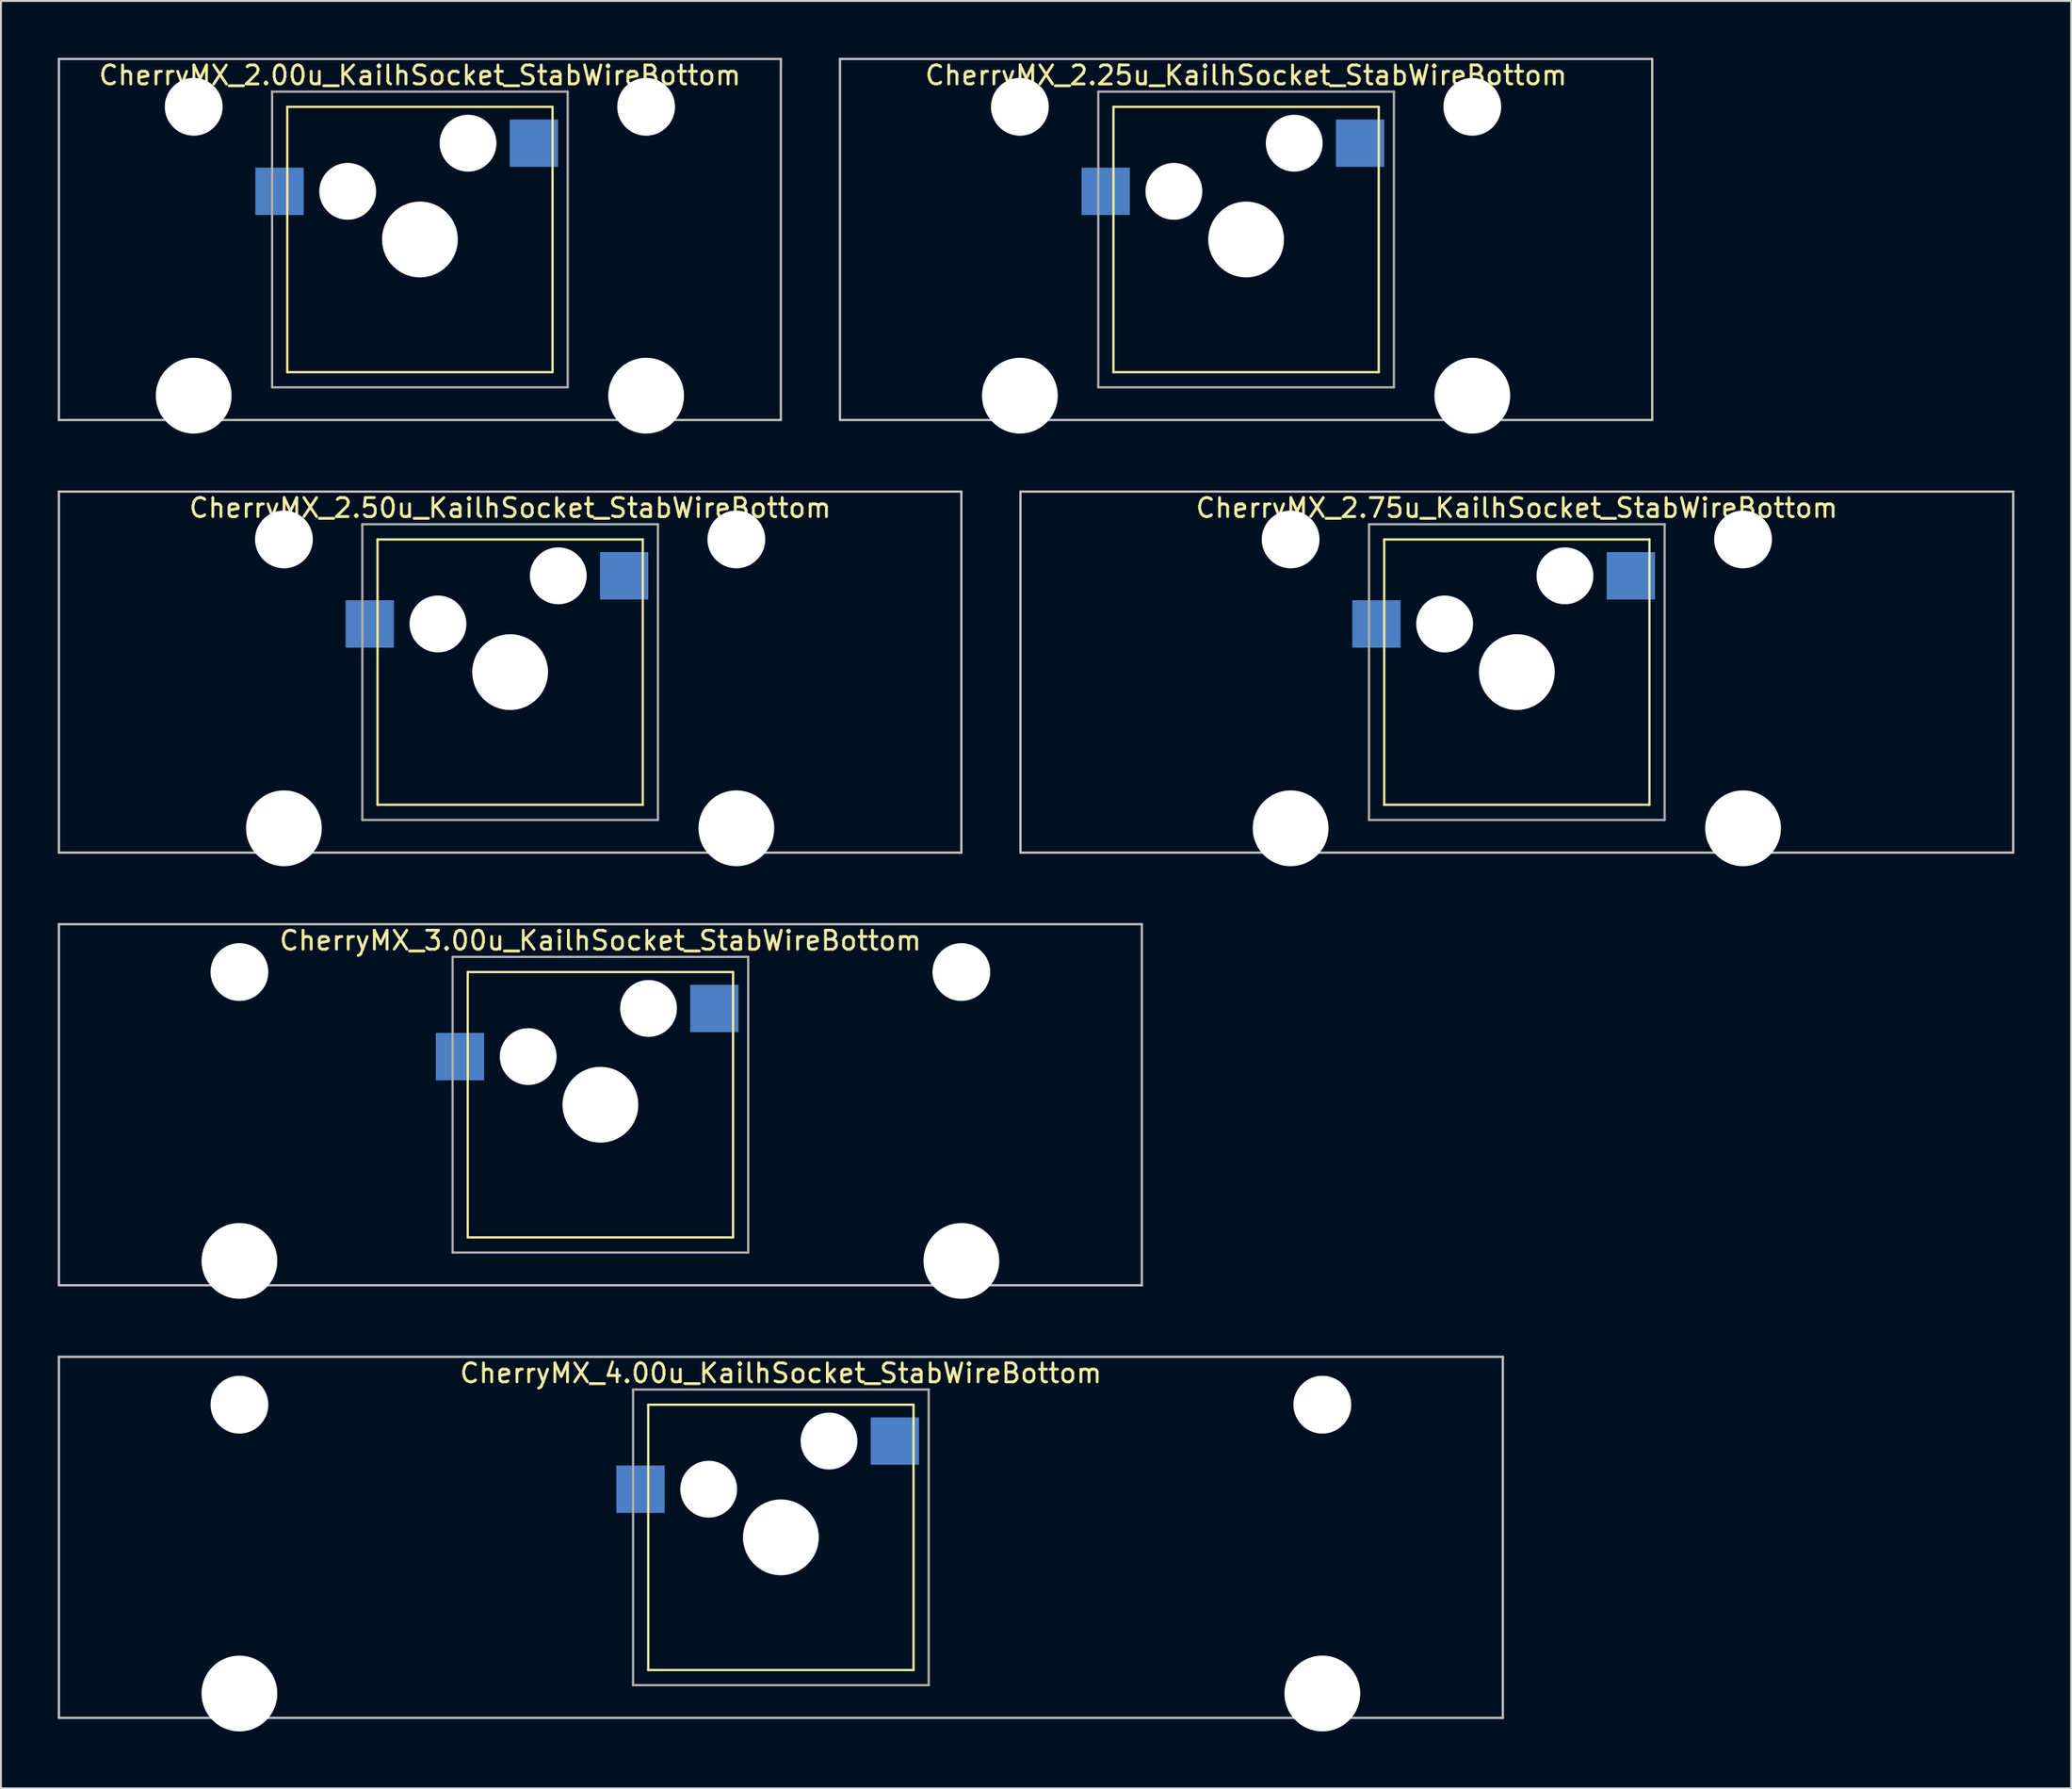
<source format=kicad_pcb>
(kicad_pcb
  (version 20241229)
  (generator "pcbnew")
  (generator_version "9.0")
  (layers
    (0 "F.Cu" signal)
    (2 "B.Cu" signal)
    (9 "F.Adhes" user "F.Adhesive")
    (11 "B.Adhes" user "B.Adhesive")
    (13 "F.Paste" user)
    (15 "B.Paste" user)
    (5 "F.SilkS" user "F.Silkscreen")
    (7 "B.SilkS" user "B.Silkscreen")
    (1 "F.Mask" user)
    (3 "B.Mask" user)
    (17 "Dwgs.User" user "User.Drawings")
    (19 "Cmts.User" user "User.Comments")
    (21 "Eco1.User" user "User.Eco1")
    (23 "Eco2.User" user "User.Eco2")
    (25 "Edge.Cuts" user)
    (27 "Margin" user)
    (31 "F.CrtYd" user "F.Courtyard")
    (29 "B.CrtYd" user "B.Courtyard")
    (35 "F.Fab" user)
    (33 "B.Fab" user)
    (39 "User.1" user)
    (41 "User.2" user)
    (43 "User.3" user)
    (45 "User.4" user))
  (footprint "CherryMX_2.75u_KailhSocket_StabWireBottom"
    (layer "F.Cu")
    (at 76.999 32.41)
    (property "Reference" "CherryMX_2.75u_KailhSocket_StabWireBottom" (at 0 -8.662 0) (layer "F.SilkS") (effects (font (size 1 1) (thickness 0.15))))
    (attr through_hole)
    (fp_line (start -7 -7) (end -7 7) (stroke (width 0.12) (type solid)) (layer "F.SilkS"))
    (fp_line (start -7 -7) (end 7 -7) (stroke (width 0.12) (type solid)) (layer "F.SilkS"))
    (fp_line (start 7 -7) (end 7 7) (stroke (width 0.12) (type solid)) (layer "F.SilkS"))
    (fp_line (start 7 7) (end -7 7) (stroke (width 0.12) (type solid)) (layer "F.SilkS"))
    (fp_line (start -26.194 -9.525) (end 26.194 -9.525) (stroke (width 0.12) (type solid)) (layer "Dwgs.User"))
    (fp_line (start -26.194 9.525) (end -26.194 -9.525) (stroke (width 0.12) (type solid)) (layer "Dwgs.User"))
    (fp_line (start 26.194 -9.525) (end 26.194 9.525) (stroke (width 0.12) (type solid)) (layer "Dwgs.User"))
    (fp_line (start 26.194 9.525) (end -26.194 9.525) (stroke (width 0.12) (type solid)) (layer "Dwgs.User"))
    (fp_line (start -7.8 -7.8) (end -7.8 7.8) (stroke (width 0.12) (type solid)) (layer "F.Fab"))
    (fp_line (start -7.8 -7.8) (end 7.8 -7.8) (stroke (width 0.12) (type solid)) (layer "F.Fab"))
    (fp_line (start -7.8 7.8) (end 7.8 7.8) (stroke (width 0.12) (type solid)) (layer "F.Fab"))
    (fp_line (start 7.8 -7.8) (end 7.8 7.8) (stroke (width 0.12) (type solid)) (layer "F.Fab"))
    (pad "" np_thru_hole circle (at -11.938 -7) (size 3.05 3.05) (drill 3.05) (layers "*.Cu" "*.Mask"))
    (pad "" np_thru_hole circle (at -11.938 8.24) (size 4 4) (drill 4) (layers "*.Cu" "*.Mask"))
    (pad "" np_thru_hole circle (at -3.81 -2.54) (size 3 3) (drill 3) (layers "*.Cu" "*.Mask"))
    (pad "" np_thru_hole circle (at 0 0) (size 4 4) (drill 4) (layers "*.Cu" "*.Mask"))
    (pad "" np_thru_hole circle (at 2.54 -5.08) (size 3 3) (drill 3) (layers "*.Cu" "*.Mask"))
    (pad "" np_thru_hole circle (at 11.938 -7) (size 3.05 3.05) (drill 3.05) (layers "*.Cu" "*.Mask"))
    (pad "" np_thru_hole circle (at 11.938 8.24) (size 4 4) (drill 4) (layers "*.Cu" "*.Mask"))
    (pad "1" smd rect (at -7.41 -2.54) (size 2.55 2.5) (layers "B.Cu" "B.Mask" "B.Paste"))
    (pad "2" smd rect (at 6.015 -5.08) (size 2.55 2.5) (layers "B.Cu" "B.Mask" "B.Paste")))
  (footprint "CherryMX_2.50u_KailhSocket_StabWireBottom"
    (layer "F.Cu")
    (at 23.872 32.41)
    (property "Reference" "CherryMX_2.50u_KailhSocket_StabWireBottom" (at 0 -8.662 0) (layer "F.SilkS") (effects (font (size 1 1) (thickness 0.15))))
    (attr through_hole)
    (fp_line (start -7 -7) (end -7 7) (stroke (width 0.12) (type solid)) (layer "F.SilkS"))
    (fp_line (start -7 -7) (end 7 -7) (stroke (width 0.12) (type solid)) (layer "F.SilkS"))
    (fp_line (start 7 -7) (end 7 7) (stroke (width 0.12) (type solid)) (layer "F.SilkS"))
    (fp_line (start 7 7) (end -7 7) (stroke (width 0.12) (type solid)) (layer "F.SilkS"))
    (fp_line (start -23.812 -9.525) (end 23.812 -9.525) (stroke (width 0.12) (type solid)) (layer "Dwgs.User"))
    (fp_line (start -23.812 9.525) (end -23.812 -9.525) (stroke (width 0.12) (type solid)) (layer "Dwgs.User"))
    (fp_line (start 23.812 -9.525) (end 23.812 9.525) (stroke (width 0.12) (type solid)) (layer "Dwgs.User"))
    (fp_line (start 23.812 9.525) (end -23.812 9.525) (stroke (width 0.12) (type solid)) (layer "Dwgs.User"))
    (fp_line (start -7.8 -7.8) (end -7.8 7.8) (stroke (width 0.12) (type solid)) (layer "F.Fab"))
    (fp_line (start -7.8 -7.8) (end 7.8 -7.8) (stroke (width 0.12) (type solid)) (layer "F.Fab"))
    (fp_line (start -7.8 7.8) (end 7.8 7.8) (stroke (width 0.12) (type solid)) (layer "F.Fab"))
    (fp_line (start 7.8 -7.8) (end 7.8 7.8) (stroke (width 0.12) (type solid)) (layer "F.Fab"))
    (pad "" np_thru_hole circle (at -11.938 -7) (size 3.05 3.05) (drill 3.05) (layers "*.Cu" "*.Mask"))
    (pad "" np_thru_hole circle (at -11.938 8.24) (size 4 4) (drill 4) (layers "*.Cu" "*.Mask"))
    (pad "" np_thru_hole circle (at -3.81 -2.54) (size 3 3) (drill 3) (layers "*.Cu" "*.Mask"))
    (pad "" np_thru_hole circle (at 0 0) (size 4 4) (drill 4) (layers "*.Cu" "*.Mask"))
    (pad "" np_thru_hole circle (at 2.54 -5.08) (size 3 3) (drill 3) (layers "*.Cu" "*.Mask"))
    (pad "" np_thru_hole circle (at 11.938 -7) (size 3.05 3.05) (drill 3.05) (layers "*.Cu" "*.Mask"))
    (pad "" np_thru_hole circle (at 11.938 8.24) (size 4 4) (drill 4) (layers "*.Cu" "*.Mask"))
    (pad "1" smd rect (at -7.41 -2.54) (size 2.55 2.5) (layers "B.Cu" "B.Mask" "B.Paste"))
    (pad "2" smd rect (at 6.015 -5.08) (size 2.55 2.5) (layers "B.Cu" "B.Mask" "B.Paste")))
  (footprint "CherryMX_4.00u_KailhSocket_StabWireBottom"
    (layer "F.Cu")
    (at 38.16 78.06)
    (property "Reference" "CherryMX_4.00u_KailhSocket_StabWireBottom" (at 0 -8.662 0) (layer "F.SilkS") (effects (font (size 1 1) (thickness 0.15))))
    (attr through_hole)
    (fp_line (start -7 -7) (end -7 7) (stroke (width 0.12) (type solid)) (layer "F.SilkS"))
    (fp_line (start -7 -7) (end 7 -7) (stroke (width 0.12) (type solid)) (layer "F.SilkS"))
    (fp_line (start 7 -7) (end 7 7) (stroke (width 0.12) (type solid)) (layer "F.SilkS"))
    (fp_line (start 7 7) (end -7 7) (stroke (width 0.12) (type solid)) (layer "F.SilkS"))
    (fp_line (start -38.1 -9.525) (end 38.1 -9.525) (stroke (width 0.12) (type solid)) (layer "Dwgs.User"))
    (fp_line (start -38.1 9.525) (end -38.1 -9.525) (stroke (width 0.12) (type solid)) (layer "Dwgs.User"))
    (fp_line (start 38.1 -9.525) (end 38.1 9.525) (stroke (width 0.12) (type solid)) (layer "Dwgs.User"))
    (fp_line (start 38.1 9.525) (end -38.1 9.525) (stroke (width 0.12) (type solid)) (layer "Dwgs.User"))
    (fp_line (start -7.8 -7.8) (end -7.8 7.8) (stroke (width 0.12) (type solid)) (layer "F.Fab"))
    (fp_line (start -7.8 -7.8) (end 7.8 -7.8) (stroke (width 0.12) (type solid)) (layer "F.Fab"))
    (fp_line (start -7.8 7.8) (end 7.8 7.8) (stroke (width 0.12) (type solid)) (layer "F.Fab"))
    (fp_line (start 7.8 -7.8) (end 7.8 7.8) (stroke (width 0.12) (type solid)) (layer "F.Fab"))
    (pad "" np_thru_hole circle (at -28.575 -7) (size 3.05 3.05) (drill 3.05) (layers "*.Cu" "*.Mask"))
    (pad "" np_thru_hole circle (at -28.575 8.24) (size 4 4) (drill 4) (layers "*.Cu" "*.Mask"))
    (pad "" np_thru_hole circle (at -3.81 -2.54) (size 3 3) (drill 3) (layers "*.Cu" "*.Mask"))
    (pad "" np_thru_hole circle (at 0 0) (size 4 4) (drill 4) (layers "*.Cu" "*.Mask"))
    (pad "" np_thru_hole circle (at 2.54 -5.08) (size 3 3) (drill 3) (layers "*.Cu" "*.Mask"))
    (pad "" np_thru_hole circle (at 28.575 -7) (size 3.05 3.05) (drill 3.05) (layers "*.Cu" "*.Mask"))
    (pad "" np_thru_hole circle (at 28.575 8.24) (size 4 4) (drill 4) (layers "*.Cu" "*.Mask"))
    (pad "1" smd rect (at -7.41 -2.54) (size 2.55 2.5) (layers "B.Cu" "B.Mask" "B.Paste"))
    (pad "2" smd rect (at 6.015 -5.08) (size 2.55 2.5) (layers "B.Cu" "B.Mask" "B.Paste")))
  (footprint "CherryMX_3.00u_KailhSocket_StabWireBottom"
    (layer "F.Cu")
    (at 28.635 55.235)
    (property "Reference" "CherryMX_3.00u_KailhSocket_StabWireBottom" (at 0 -8.662 0) (layer "F.SilkS") (effects (font (size 1 1) (thickness 0.15))))
    (attr through_hole)
    (fp_line (start -7 -7) (end -7 7) (stroke (width 0.12) (type solid)) (layer "F.SilkS"))
    (fp_line (start -7 -7) (end 7 -7) (stroke (width 0.12) (type solid)) (layer "F.SilkS"))
    (fp_line (start 7 -7) (end 7 7) (stroke (width 0.12) (type solid)) (layer "F.SilkS"))
    (fp_line (start 7 7) (end -7 7) (stroke (width 0.12) (type solid)) (layer "F.SilkS"))
    (fp_line (start -28.575 -9.525) (end 28.575 -9.525) (stroke (width 0.12) (type solid)) (layer "Dwgs.User"))
    (fp_line (start -28.575 9.525) (end -28.575 -9.525) (stroke (width 0.12) (type solid)) (layer "Dwgs.User"))
    (fp_line (start 28.575 -9.525) (end 28.575 9.525) (stroke (width 0.12) (type solid)) (layer "Dwgs.User"))
    (fp_line (start 28.575 9.525) (end -28.575 9.525) (stroke (width 0.12) (type solid)) (layer "Dwgs.User"))
    (fp_line (start -7.8 -7.8) (end -7.8 7.8) (stroke (width 0.12) (type solid)) (layer "F.Fab"))
    (fp_line (start -7.8 -7.8) (end 7.8 -7.8) (stroke (width 0.12) (type solid)) (layer "F.Fab"))
    (fp_line (start -7.8 7.8) (end 7.8 7.8) (stroke (width 0.12) (type solid)) (layer "F.Fab"))
    (fp_line (start 7.8 -7.8) (end 7.8 7.8) (stroke (width 0.12) (type solid)) (layer "F.Fab"))
    (pad "" np_thru_hole circle (at -19.05 -7) (size 3.05 3.05) (drill 3.05) (layers "*.Cu" "*.Mask"))
    (pad "" np_thru_hole circle (at -19.05 8.24) (size 4 4) (drill 4) (layers "*.Cu" "*.Mask"))
    (pad "" np_thru_hole circle (at -3.81 -2.54) (size 3 3) (drill 3) (layers "*.Cu" "*.Mask"))
    (pad "" np_thru_hole circle (at 0 0) (size 4 4) (drill 4) (layers "*.Cu" "*.Mask"))
    (pad "" np_thru_hole circle (at 2.54 -5.08) (size 3 3) (drill 3) (layers "*.Cu" "*.Mask"))
    (pad "" np_thru_hole circle (at 19.05 -7) (size 3.05 3.05) (drill 3.05) (layers "*.Cu" "*.Mask"))
    (pad "" np_thru_hole circle (at 19.05 8.24) (size 4 4) (drill 4) (layers "*.Cu" "*.Mask"))
    (pad "1" smd rect (at -7.41 -2.54) (size 2.55 2.5) (layers "B.Cu" "B.Mask" "B.Paste"))
    (pad "2" smd rect (at 6.015 -5.08) (size 2.55 2.5) (layers "B.Cu" "B.Mask" "B.Paste")))
  (footprint "CherryMX_2.00u_KailhSocket_StabWireBottom"
    (layer "F.Cu")
    (at 19.11 9.585)
    (property "Reference" "CherryMX_2.00u_KailhSocket_StabWireBottom" (at 0 -8.662 0) (layer "F.SilkS") (effects (font (size 1 1) (thickness 0.15))))
    (attr through_hole)
    (fp_line (start -7 -7) (end -7 7) (stroke (width 0.12) (type solid)) (layer "F.SilkS"))
    (fp_line (start -7 -7) (end 7 -7) (stroke (width 0.12) (type solid)) (layer "F.SilkS"))
    (fp_line (start 7 -7) (end 7 7) (stroke (width 0.12) (type solid)) (layer "F.SilkS"))
    (fp_line (start 7 7) (end -7 7) (stroke (width 0.12) (type solid)) (layer "F.SilkS"))
    (fp_line (start -19.05 -9.525) (end 19.05 -9.525) (stroke (width 0.12) (type solid)) (layer "Dwgs.User"))
    (fp_line (start -19.05 9.525) (end -19.05 -9.525) (stroke (width 0.12) (type solid)) (layer "Dwgs.User"))
    (fp_line (start 19.05 -9.525) (end 19.05 9.525) (stroke (width 0.12) (type solid)) (layer "Dwgs.User"))
    (fp_line (start 19.05 9.525) (end -19.05 9.525) (stroke (width 0.12) (type solid)) (layer "Dwgs.User"))
    (fp_line (start -7.8 -7.8) (end -7.8 7.8) (stroke (width 0.12) (type solid)) (layer "F.Fab"))
    (fp_line (start -7.8 -7.8) (end 7.8 -7.8) (stroke (width 0.12) (type solid)) (layer "F.Fab"))
    (fp_line (start -7.8 7.8) (end 7.8 7.8) (stroke (width 0.12) (type solid)) (layer "F.Fab"))
    (fp_line (start 7.8 -7.8) (end 7.8 7.8) (stroke (width 0.12) (type solid)) (layer "F.Fab"))
    (pad "" np_thru_hole circle (at -11.938 -7) (size 3.05 3.05) (drill 3.05) (layers "*.Cu" "*.Mask"))
    (pad "" np_thru_hole circle (at -11.938 8.24) (size 4 4) (drill 4) (layers "*.Cu" "*.Mask"))
    (pad "" np_thru_hole circle (at -3.81 -2.54) (size 3 3) (drill 3) (layers "*.Cu" "*.Mask"))
    (pad "" np_thru_hole circle (at 0 0) (size 4 4) (drill 4) (layers "*.Cu" "*.Mask"))
    (pad "" np_thru_hole circle (at 2.54 -5.08) (size 3 3) (drill 3) (layers "*.Cu" "*.Mask"))
    (pad "" np_thru_hole circle (at 11.938 -7) (size 3.05 3.05) (drill 3.05) (layers "*.Cu" "*.Mask"))
    (pad "" np_thru_hole circle (at 11.938 8.24) (size 4 4) (drill 4) (layers "*.Cu" "*.Mask"))
    (pad "1" smd rect (at -7.41 -2.54) (size 2.55 2.5) (layers "B.Cu" "B.Mask" "B.Paste"))
    (pad "2" smd rect (at 6.015 -5.08) (size 2.55 2.5) (layers "B.Cu" "B.Mask" "B.Paste")))
  (footprint "CherryMX_2.25u_KailhSocket_StabWireBottom"
    (layer "F.Cu")
    (at 62.711 9.585)
    (property "Reference" "CherryMX_2.25u_KailhSocket_StabWireBottom" (at 0 -8.662 0) (layer "F.SilkS") (effects (font (size 1 1) (thickness 0.15))))
    (attr through_hole)
    (fp_line (start -7 -7) (end -7 7) (stroke (width 0.12) (type solid)) (layer "F.SilkS"))
    (fp_line (start -7 -7) (end 7 -7) (stroke (width 0.12) (type solid)) (layer "F.SilkS"))
    (fp_line (start 7 -7) (end 7 7) (stroke (width 0.12) (type solid)) (layer "F.SilkS"))
    (fp_line (start 7 7) (end -7 7) (stroke (width 0.12) (type solid)) (layer "F.SilkS"))
    (fp_line (start -21.431 -9.525) (end 21.431 -9.525) (stroke (width 0.12) (type solid)) (layer "Dwgs.User"))
    (fp_line (start -21.431 9.525) (end -21.431 -9.525) (stroke (width 0.12) (type solid)) (layer "Dwgs.User"))
    (fp_line (start 21.431 -9.525) (end 21.431 9.525) (stroke (width 0.12) (type solid)) (layer "Dwgs.User"))
    (fp_line (start 21.431 9.525) (end -21.431 9.525) (stroke (width 0.12) (type solid)) (layer "Dwgs.User"))
    (fp_line (start -7.8 -7.8) (end -7.8 7.8) (stroke (width 0.12) (type solid)) (layer "F.Fab"))
    (fp_line (start -7.8 -7.8) (end 7.8 -7.8) (stroke (width 0.12) (type solid)) (layer "F.Fab"))
    (fp_line (start -7.8 7.8) (end 7.8 7.8) (stroke (width 0.12) (type solid)) (layer "F.Fab"))
    (fp_line (start 7.8 -7.8) (end 7.8 7.8) (stroke (width 0.12) (type solid)) (layer "F.Fab"))
    (pad "" np_thru_hole circle (at -11.938 -7) (size 3.05 3.05) (drill 3.05) (layers "*.Cu" "*.Mask"))
    (pad "" np_thru_hole circle (at -11.938 8.24) (size 4 4) (drill 4) (layers "*.Cu" "*.Mask"))
    (pad "" np_thru_hole circle (at -3.81 -2.54) (size 3 3) (drill 3) (layers "*.Cu" "*.Mask"))
    (pad "" np_thru_hole circle (at 0 0) (size 4 4) (drill 4) (layers "*.Cu" "*.Mask"))
    (pad "" np_thru_hole circle (at 2.54 -5.08) (size 3 3) (drill 3) (layers "*.Cu" "*.Mask"))
    (pad "" np_thru_hole circle (at 11.938 -7) (size 3.05 3.05) (drill 3.05) (layers "*.Cu" "*.Mask"))
    (pad "" np_thru_hole circle (at 11.938 8.24) (size 4 4) (drill 4) (layers "*.Cu" "*.Mask"))
    (pad "1" smd rect (at -7.41 -2.54) (size 2.55 2.5) (layers "B.Cu" "B.Mask" "B.Paste"))
    (pad "2" smd rect (at 6.015 -5.08) (size 2.55 2.5) (layers "B.Cu" "B.Mask" "B.Paste")))
  (gr_rect
    (start -3 -3)
    (end 106.252 91.3)
    (stroke (width 0.1) (type default))
    (fill no)
    (layer "Edge.Cuts")))
</source>
